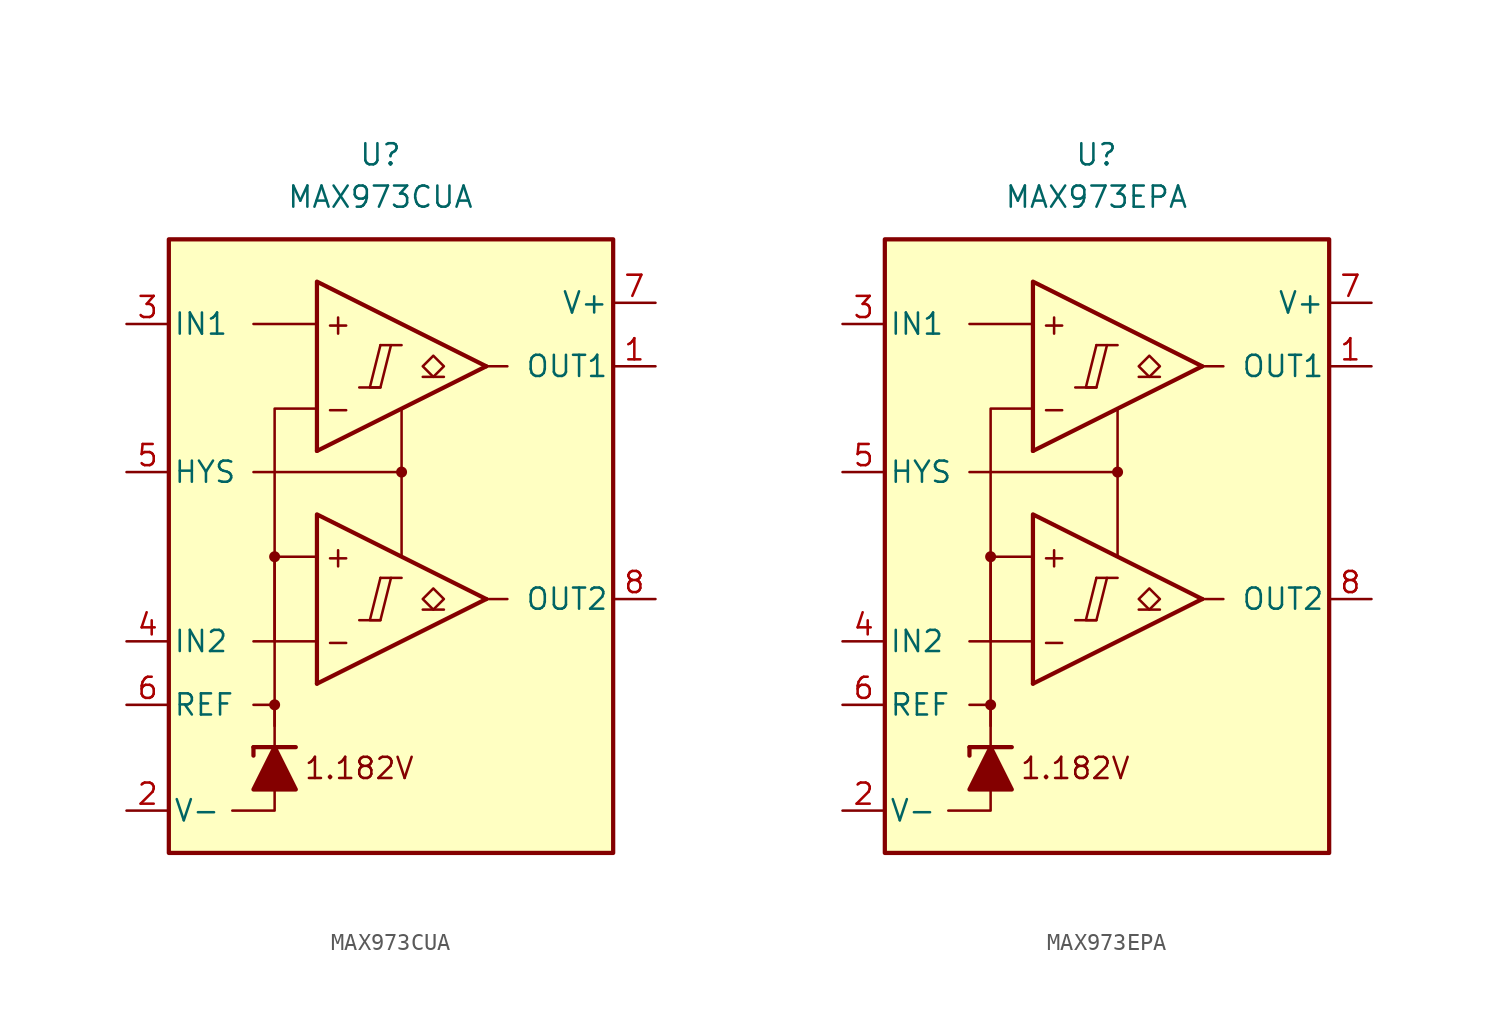
<source format=kicad_sym>
(kicad_symbol_lib
  (version 20231120)
  (generator "kicad_symbol_editor")
  (generator_version "8.0")
  (symbol "MAX973CUA"
    (pin_names
      (offset 0.254))
    (property "Reference" "U"
      (at -1.27 22.86 0)
      (effects (font (size 1.27 1.27))))
    (property "Value" "MAX973CUA"
      (at -1.27 20.32 0)
      (effects (font (size 1.27 1.27))))
    (symbol "MAX973CUA_0_0"
      (rectangle (start -13.97 17.78) (end 12.7 -19.05) (stroke (width 0.254) (type default)) (fill (type background)))
      (circle (center -7.62 -10.16) (radius 0.254) (stroke (width 0.152) (type default)) (fill (type outline)))
      (circle (center -7.62 -1.27) (radius 0.254) (stroke (width 0.152) (type default)) (fill (type outline)))
      (polyline (pts (xy -2.54 -5.08) (xy -1.27 -5.08)) (stroke (width 0.152) (type default)) (fill (type none)))
      (polyline (pts (xy -2.54 8.89) (xy -1.27 8.89)) (stroke (width 0.152) (type default)) (fill (type none)))
      (polyline (pts (xy -1.27 -2.54) (xy 0 -2.54)) (stroke (width 0.152) (type default)) (fill (type none)))
      (polyline (pts (xy -1.27 11.43) (xy 0 11.43)) (stroke (width 0.152) (type default)) (fill (type none)))
      (polyline (pts (xy 5.08 -3.81) (xy -5.08 -8.89)) (stroke (width 0.254) (type default)) (fill (type none)))
      (polyline (pts (xy 5.08 10.16) (xy -5.08 5.08)) (stroke (width 0.254) (type default)) (fill (type none)))
      (polyline (pts (xy 5.08 -3.81) (xy -5.08 1.27) (xy -5.08 -8.89)) (stroke (width 0.254) (type default)) (fill (type background)))
      (polyline (pts (xy 5.08 10.16) (xy -5.08 15.24) (xy -5.08 5.08)) (stroke (width 0.254) (type default)) (fill (type background)))
      (polyline (pts (xy -1.27 -2.54) (xy -1.905 -5.08) (xy -1.27 -5.08) (xy -0.635 -2.54)) (stroke (width 0.152) (type default)) (fill (type none)))
      (polyline (pts (xy -1.27 11.43) (xy -1.905 8.89) (xy -1.27 8.89) (xy -0.635 11.43)) (stroke (width 0.152) (type default)) (fill (type none)))
      (circle (center 0 3.81) (radius 0.254) (stroke (width 0.152) (type default)) (fill (type outline)))
      (text "+" (at -3.81 -1.27 0) (effects (font (size 1.27 1.27))))
      (text "+" (at -3.81 12.7 0) (effects (font (size 1.27 1.27))))
      (text "-" (at -3.81 -6.35 0) (effects (font (size 1.27 1.27))))
      (text "-" (at -3.81 7.62 0) (effects (font (size 1.27 1.27))))
      (text "1.182V" (at -2.54 -13.97 0) (effects (font (size 1.27 1.27)))))
    (symbol "MAX973CUA_0_1"
      (polyline (pts (xy -8.89 -12.7) (xy -8.89 -13.208)) (stroke (width 0.254) (type default)) (fill (type none)))
      (polyline (pts (xy -8.89 -12.7) (xy -6.35 -12.7)) (stroke (width 0.254) (type default)) (fill (type none)))
      (polyline (pts (xy -5.08 -6.35) (xy -8.89 -6.35)) (stroke (width 0) (type default)) (fill (type none)))
      (polyline (pts (xy -5.08 12.7) (xy -8.89 12.7)) (stroke (width 0) (type default)) (fill (type none)))
      (polyline (pts (xy 0 3.81) (xy 0 -1.27)) (stroke (width 0) (type default)) (fill (type none)))
      (polyline (pts (xy 5.08 -3.81) (xy 6.35 -3.81)) (stroke (width 0) (type default)) (fill (type none)))
      (polyline (pts (xy 5.08 10.16) (xy 6.35 10.16)) (stroke (width 0) (type default)) (fill (type none)))
      (polyline (pts (xy -7.62 -15.24) (xy -7.62 -16.51) (xy -10.16 -16.51)) (stroke (width 0) (type default)) (fill (type none)))
      (polyline (pts (xy -7.62 -12.7) (xy -7.62 -10.16) (xy -8.89 -10.16)) (stroke (width 0) (type default)) (fill (type none)))
      (polyline (pts (xy -7.62 -11.43) (xy -7.62 -1.27) (xy -5.08 -1.27)) (stroke (width 0) (type default)) (fill (type none)))
      (polyline (pts (xy -7.62 -6.35) (xy -7.62 7.62) (xy -5.08 7.62)) (stroke (width 0) (type default)) (fill (type none)))
      (polyline (pts (xy 0 7.62) (xy 0 3.81) (xy -8.89 3.81)) (stroke (width 0) (type default)) (fill (type none)))
      (polyline (pts (xy -6.35 -15.24) (xy -8.89 -15.24) (xy -7.62 -12.7) (xy -6.35 -15.24)) (stroke (width 0.254) (type default)) (fill (type outline))))
    (symbol "MAX973CUA_1_1"
      (polyline (pts (xy 2.54 -4.445) (xy 1.27 -4.445)) (stroke (width 0.152) (type default)) (fill (type none)))
      (polyline (pts (xy 2.54 9.525) (xy 1.27 9.525)) (stroke (width 0.152) (type default)) (fill (type none)))
      (polyline (pts (xy 1.905 -4.445) (xy 1.27 -3.81) (xy 1.905 -3.175) (xy 2.54 -3.81) (xy 1.905 -4.445)) (stroke (width 0.152) (type default)) (fill (type none)))
      (polyline (pts (xy 1.905 9.525) (xy 1.27 10.16) (xy 1.905 10.795) (xy 2.54 10.16) (xy 1.905 9.525)) (stroke (width 0.152) (type default)) (fill (type none)))
      (pin output line (at 15.24 10.16 180) (length 2.54) (name "OUT1" (effects (font (size 1.27 1.27)))) (number "1" (effects (font (size 1.27 1.27)))))
      (pin power_in line (at -16.51 -16.51 0) (length 2.54) (name "V-" (effects (font (size 1.27 1.27)))) (number "2" (effects (font (size 1.27 1.27)))))
      (pin input line (at -16.51 12.7 0) (length 2.54) (name "IN1" (effects (font (size 1.27 1.27)))) (number "3" (effects (font (size 1.27 1.27)))))
      (pin input line (at -16.51 -6.35 0) (length 2.54) (name "IN2" (effects (font (size 1.27 1.27)))) (number "4" (effects (font (size 1.27 1.27)))))
      (pin input line (at -16.51 3.81 0) (length 2.54) (name "HYS" (effects (font (size 1.27 1.27)))) (number "5" (effects (font (size 1.27 1.27)))))
      (pin output line (at -16.51 -10.16 0) (length 2.54) (name "REF" (effects (font (size 1.27 1.27)))) (number "6" (effects (font (size 1.27 1.27)))))
      (pin power_in line (at 15.24 13.97 180) (length 2.54) (name "V+" (effects (font (size 1.27 1.27)))) (number "7" (effects (font (size 1.27 1.27)))))
      (pin output line (at 15.24 -3.81 180) (length 2.54) (name "OUT2" (effects (font (size 1.27 1.27)))) (number "8" (effects (font (size 1.27 1.27)))))))
  (symbol "MAX973EPA"
    (pin_names
      (offset 0.254))
    (property "Reference" "U"
      (at -1.27 22.86 0)
      (effects (font (size 1.27 1.27))))
    (property "Value" "MAX973EPA"
      (at -1.27 20.32 0)
      (effects (font (size 1.27 1.27))))
    (symbol "MAX973EPA_0_0"
      (rectangle (start -13.97 17.78) (end 12.7 -19.05) (stroke (width 0.254) (type default)) (fill (type background)))
      (circle (center -7.62 -10.16) (radius 0.254) (stroke (width 0.152) (type default)) (fill (type outline)))
      (circle (center -7.62 -1.27) (radius 0.254) (stroke (width 0.152) (type default)) (fill (type outline)))
      (polyline (pts (xy -2.54 -5.08) (xy -1.27 -5.08)) (stroke (width 0.152) (type default)) (fill (type none)))
      (polyline (pts (xy -2.54 8.89) (xy -1.27 8.89)) (stroke (width 0.152) (type default)) (fill (type none)))
      (polyline (pts (xy -1.27 -2.54) (xy 0 -2.54)) (stroke (width 0.152) (type default)) (fill (type none)))
      (polyline (pts (xy -1.27 11.43) (xy 0 11.43)) (stroke (width 0.152) (type default)) (fill (type none)))
      (polyline (pts (xy 5.08 -3.81) (xy -5.08 -8.89)) (stroke (width 0.254) (type default)) (fill (type none)))
      (polyline (pts (xy 5.08 10.16) (xy -5.08 5.08)) (stroke (width 0.254) (type default)) (fill (type none)))
      (polyline (pts (xy 5.08 -3.81) (xy -5.08 1.27) (xy -5.08 -8.89)) (stroke (width 0.254) (type default)) (fill (type background)))
      (polyline (pts (xy 5.08 10.16) (xy -5.08 15.24) (xy -5.08 5.08)) (stroke (width 0.254) (type default)) (fill (type background)))
      (polyline (pts (xy -1.27 -2.54) (xy -1.905 -5.08) (xy -1.27 -5.08) (xy -0.635 -2.54)) (stroke (width 0.152) (type default)) (fill (type none)))
      (polyline (pts (xy -1.27 11.43) (xy -1.905 8.89) (xy -1.27 8.89) (xy -0.635 11.43)) (stroke (width 0.152) (type default)) (fill (type none)))
      (circle (center 0 3.81) (radius 0.254) (stroke (width 0.152) (type default)) (fill (type outline)))
      (text "+" (at -3.81 -1.27 0) (effects (font (size 1.27 1.27))))
      (text "+" (at -3.81 12.7 0) (effects (font (size 1.27 1.27))))
      (text "-" (at -3.81 -6.35 0) (effects (font (size 1.27 1.27))))
      (text "-" (at -3.81 7.62 0) (effects (font (size 1.27 1.27))))
      (text "1.182V" (at -2.54 -13.97 0) (effects (font (size 1.27 1.27)))))
    (symbol "MAX973EPA_0_1"
      (polyline (pts (xy -8.89 -12.7) (xy -8.89 -13.208)) (stroke (width 0.254) (type default)) (fill (type none)))
      (polyline (pts (xy -8.89 -12.7) (xy -6.35 -12.7)) (stroke (width 0.254) (type default)) (fill (type none)))
      (polyline (pts (xy -5.08 -6.35) (xy -8.89 -6.35)) (stroke (width 0) (type default)) (fill (type none)))
      (polyline (pts (xy -5.08 12.7) (xy -8.89 12.7)) (stroke (width 0) (type default)) (fill (type none)))
      (polyline (pts (xy 0 3.81) (xy 0 -1.27)) (stroke (width 0) (type default)) (fill (type none)))
      (polyline (pts (xy 5.08 -3.81) (xy 6.35 -3.81)) (stroke (width 0) (type default)) (fill (type none)))
      (polyline (pts (xy 5.08 10.16) (xy 6.35 10.16)) (stroke (width 0) (type default)) (fill (type none)))
      (polyline (pts (xy -7.62 -15.24) (xy -7.62 -16.51) (xy -10.16 -16.51)) (stroke (width 0) (type default)) (fill (type none)))
      (polyline (pts (xy -7.62 -12.7) (xy -7.62 -10.16) (xy -8.89 -10.16)) (stroke (width 0) (type default)) (fill (type none)))
      (polyline (pts (xy -7.62 -11.43) (xy -7.62 -1.27) (xy -5.08 -1.27)) (stroke (width 0) (type default)) (fill (type none)))
      (polyline (pts (xy -7.62 -6.35) (xy -7.62 7.62) (xy -5.08 7.62)) (stroke (width 0) (type default)) (fill (type none)))
      (polyline (pts (xy 0 7.62) (xy 0 3.81) (xy -8.89 3.81)) (stroke (width 0) (type default)) (fill (type none)))
      (polyline (pts (xy -6.35 -15.24) (xy -8.89 -15.24) (xy -7.62 -12.7) (xy -6.35 -15.24)) (stroke (width 0.254) (type default)) (fill (type outline))))
    (symbol "MAX973EPA_1_1"
      (polyline (pts (xy 2.54 -4.445) (xy 1.27 -4.445)) (stroke (width 0.152) (type default)) (fill (type none)))
      (polyline (pts (xy 2.54 9.525) (xy 1.27 9.525)) (stroke (width 0.152) (type default)) (fill (type none)))
      (polyline (pts (xy 1.905 -4.445) (xy 1.27 -3.81) (xy 1.905 -3.175) (xy 2.54 -3.81) (xy 1.905 -4.445)) (stroke (width 0.152) (type default)) (fill (type none)))
      (polyline (pts (xy 1.905 9.525) (xy 1.27 10.16) (xy 1.905 10.795) (xy 2.54 10.16) (xy 1.905 9.525)) (stroke (width 0.152) (type default)) (fill (type none)))
      (pin output line (at 15.24 10.16 180) (length 2.54) (name "OUT1" (effects (font (size 1.27 1.27)))) (number "1" (effects (font (size 1.27 1.27)))))
      (pin power_in line (at -16.51 -16.51 0) (length 2.54) (name "V-" (effects (font (size 1.27 1.27)))) (number "2" (effects (font (size 1.27 1.27)))))
      (pin input line (at -16.51 12.7 0) (length 2.54) (name "IN1" (effects (font (size 1.27 1.27)))) (number "3" (effects (font (size 1.27 1.27)))))
      (pin input line (at -16.51 -6.35 0) (length 2.54) (name "IN2" (effects (font (size 1.27 1.27)))) (number "4" (effects (font (size 1.27 1.27)))))
      (pin input line (at -16.51 3.81 0) (length 2.54) (name "HYS" (effects (font (size 1.27 1.27)))) (number "5" (effects (font (size 1.27 1.27)))))
      (pin output line (at -16.51 -10.16 0) (length 2.54) (name "REF" (effects (font (size 1.27 1.27)))) (number "6" (effects (font (size 1.27 1.27)))))
      (pin power_in line (at 15.24 13.97 180) (length 2.54) (name "V+" (effects (font (size 1.27 1.27)))) (number "7" (effects (font (size 1.27 1.27)))))
      (pin output line (at 15.24 -3.81 180) (length 2.54) (name "OUT2" (effects (font (size 1.27 1.27)))) (number "8" (effects (font (size 1.27 1.27))))))))
</source>
